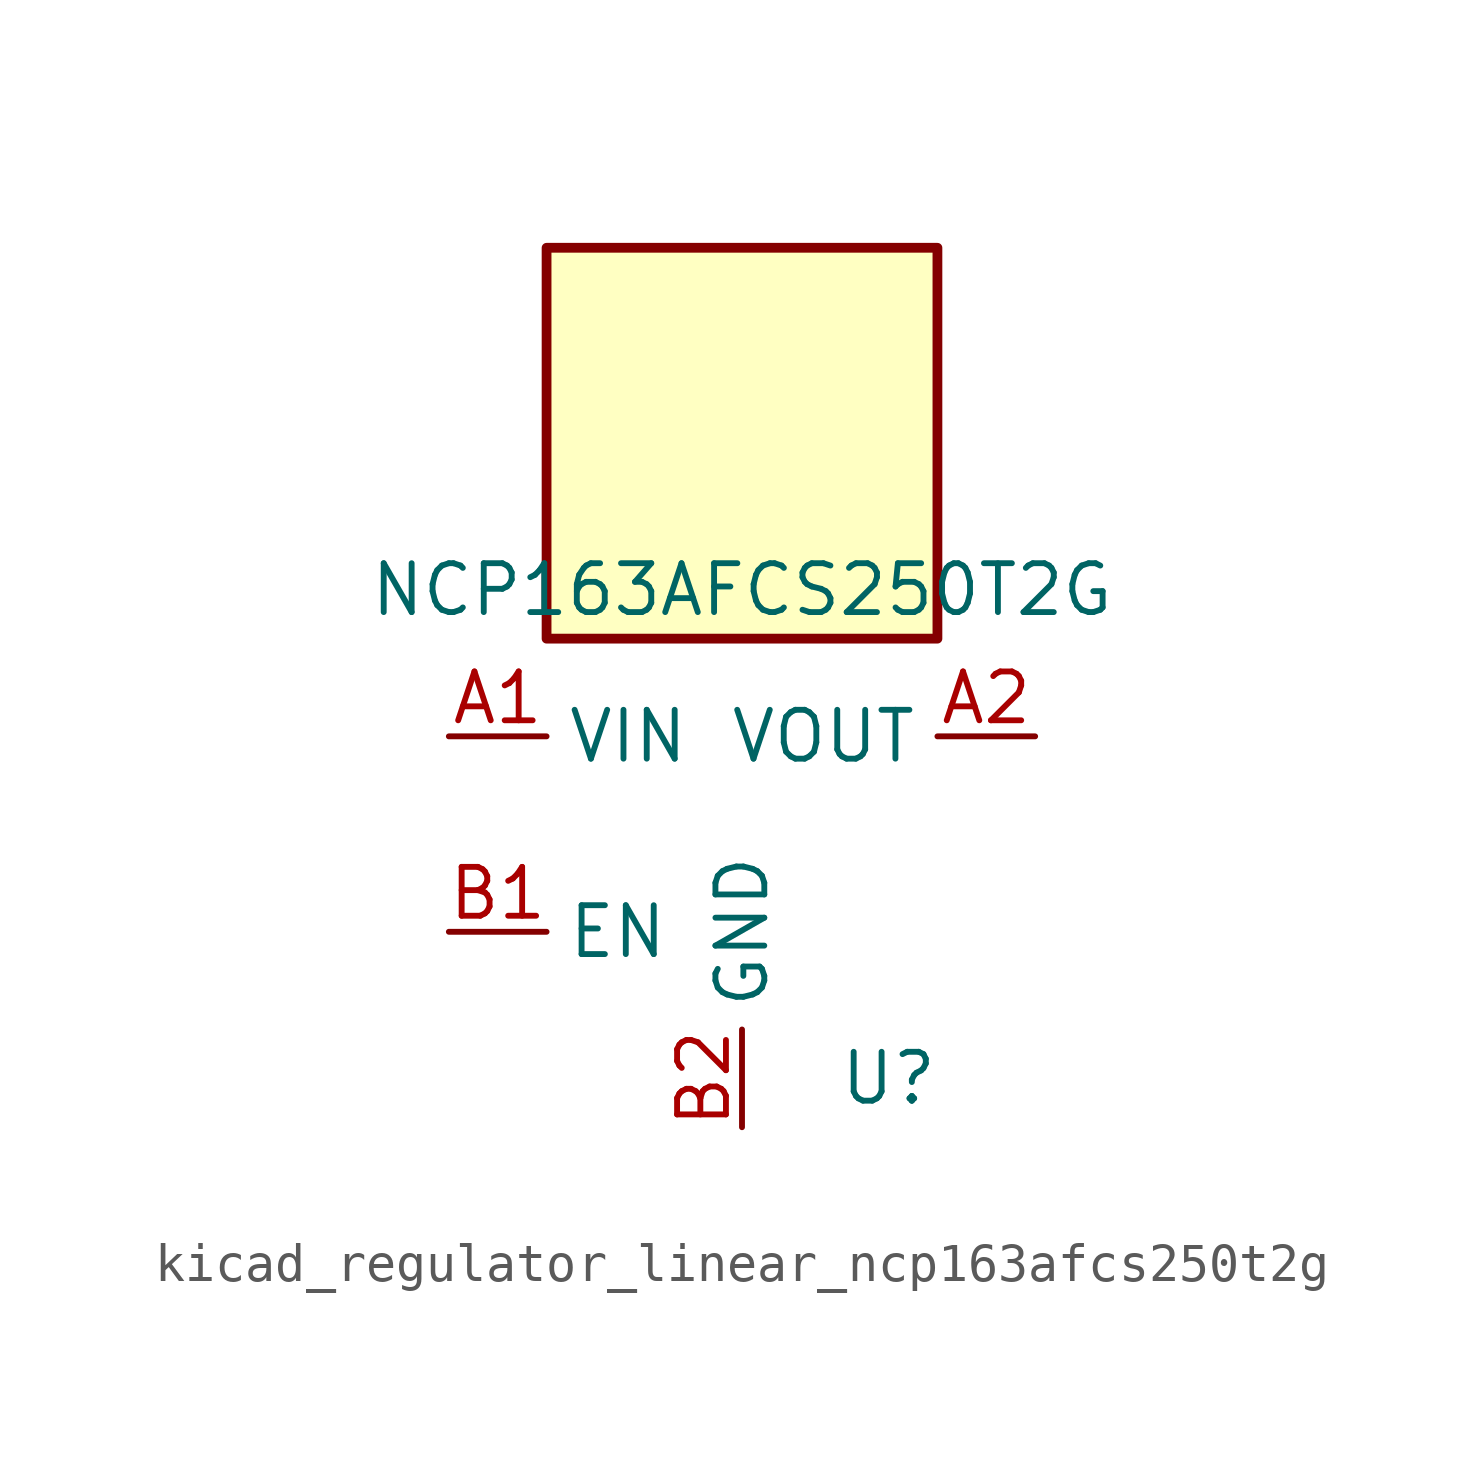
<source format=kicad_sym>
(kicad_symbol_lib
  (version 20220914)
  (generator kicad_symbol_editor)
  (symbol "kicad_regulator_linear_ncp163afcs250t2g"
    (property "Reference" "U"
      (at 3.81 -6.35 0)
      (effects (font (size 1.27 1.27))))
    (property "Value" "NCP163AFCS250T2G"
      (at 0 6.35 0)
      (effects (font (size 1.27 1.27))))
    (symbol "kicad_regulator_linear_ncp163afcs250t2g_0_1"
      (rectangle (start 5.08 15.24) (end -5.08 5.08) (stroke (width 0.254) (type default)) (fill (type background))))
    (symbol "kicad_regulator_linear_ncp163afcs250t2g_1_1"
      (pin power_in line (at -7.62 2.54 0) (length 2.54) (name "VIN" (effects (font (size 1.27 1.27)))) (number "A1" (effects (font (size 1.27 1.27)))))
      (pin power_out line (at 7.62 2.54 180) (length 2.54) (name "VOUT" (effects (font (size 1.27 1.27)))) (number "A2" (effects (font (size 1.27 1.27)))))
      (pin input line (at -7.62 -2.54 0) (length 2.54) (name "EN" (effects (font (size 1.27 1.27)))) (number "B1" (effects (font (size 1.27 1.27)))))
      (pin power_in line (at 0 -7.62 90) (length 2.54) (name "GND" (effects (font (size 1.27 1.27)))) (number "B2" (effects (font (size 1.27 1.27))))))))
</source>
